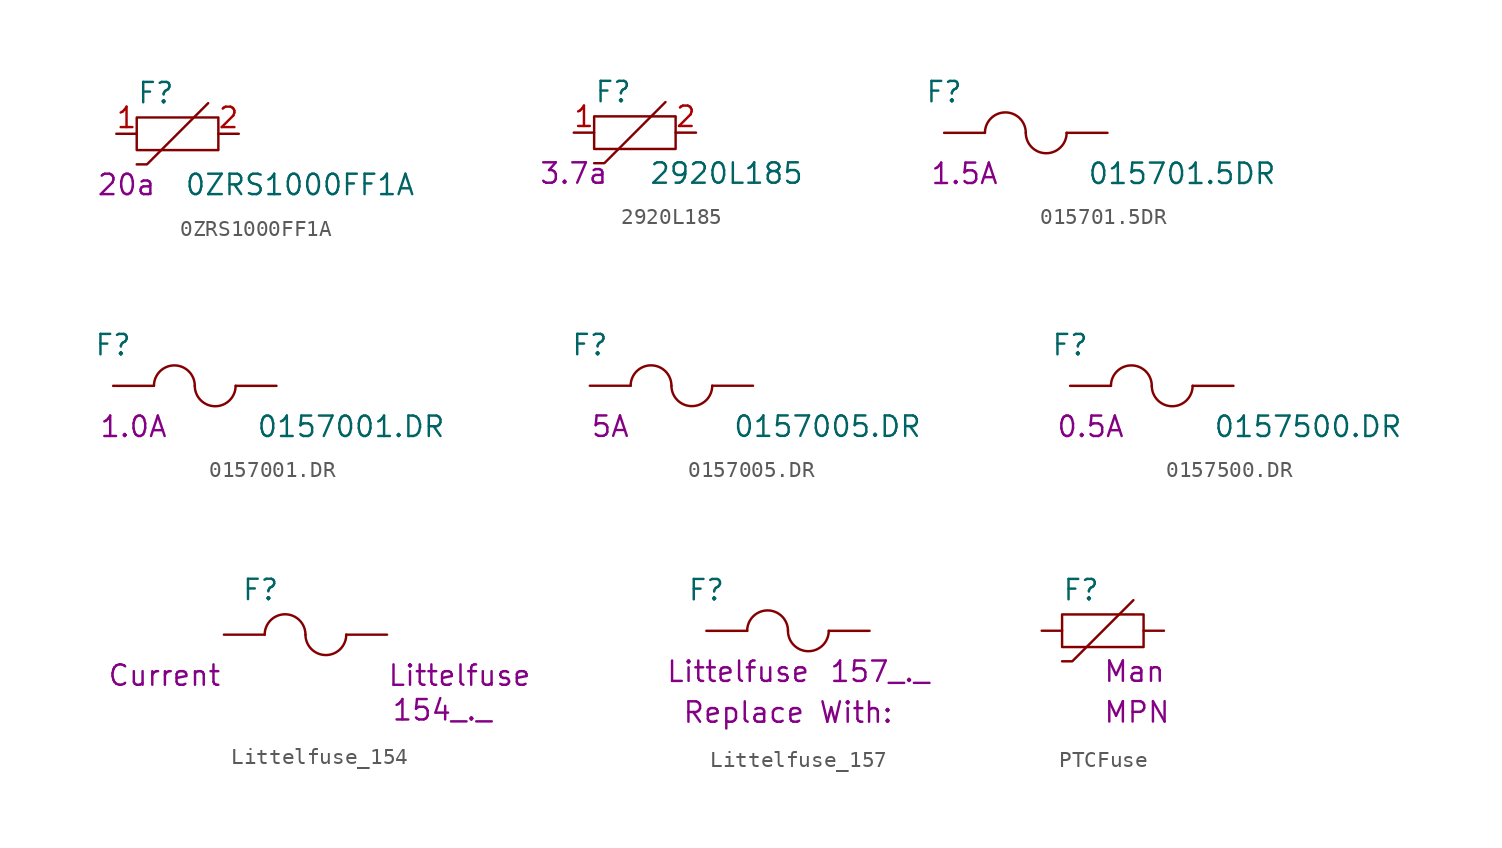
<source format=kicad_sym>
(kicad_symbol_lib
  (version 20211014)
  (generator kicad_symbol_editor)
  (symbol "0ZRS1000FF1A"
    (pin_names
      (offset 1.016))
    (property "Reference" "F"
      (at -2.54 2.54 0)
      (effects (font (size 1.27 1.27)) (justify left)))
    (property "Value" "0ZRS1000FF1A"
      (at 7.62 -3.175 0)
      (effects (font (size 1.27 1.27))))
    (property "Trip Current" "20a"
      (at -3.175 -3.175 0)
      (effects (font (size 1.27 1.27))))
    (symbol "0ZRS1000FF1A_0_1"
      (polyline (pts (xy -2.54 -1.905) (xy -1.905 -1.905) (xy 1.905 1.905)) (stroke (width 0) (type default) (color 0 0 0 0)) (fill (type none))))
    (symbol "0ZRS1000FF1A_1_1"
      (rectangle (start -2.54 1.016) (end 2.54 -1.016) (stroke (width 0) (type default) (color 0 0 0 0)) (fill (type none)))
      (pin passive line (at -3.81 0 0) (length 1.27) (name "~" (effects (font (size 1.27 1.27)))) (number "1" (effects (font (size 1.27 1.27)))))
      (pin passive line (at 3.81 0 180) (length 1.27) (name "~" (effects (font (size 1.27 1.27)))) (number "2" (effects (font (size 1.27 1.27)))))))
  (symbol "2920L185"
    (pin_names
      (offset 1.016))
    (property "Reference" "F"
      (at -2.54 2.54 0)
      (effects (font (size 1.27 1.27)) (justify left)))
    (property "Value" "2920L185"
      (at 5.715 -2.54 0)
      (effects (font (size 1.27 1.27))))
    (property "Trip Current" "3.7a"
      (at -3.81 -2.54 0)
      (effects (font (size 1.27 1.27))))
    (symbol "2920L185_0_1"
      (polyline (pts (xy -2.54 -1.905) (xy -1.905 -1.905) (xy 1.905 1.905)) (stroke (width 0) (type default) (color 0 0 0 0)) (fill (type none))))
    (symbol "2920L185_1_1"
      (rectangle (start -2.54 1.016) (end 2.54 -1.016) (stroke (width 0) (type default) (color 0 0 0 0)) (fill (type none)))
      (pin passive line (at -3.81 0 0) (length 1.27) (name "~" (effects (font (size 1.27 1.27)))) (number "1" (effects (font (size 1.27 1.27)))))
      (pin passive line (at 3.81 0 180) (length 1.27) (name "~" (effects (font (size 1.27 1.27)))) (number "2" (effects (font (size 1.27 1.27)))))))
  (symbol "015701.5DR"
    (pin_numbers hide)
    (pin_names
      (offset 1.016) hide)
    (property "Reference" "F"
      (at -5.08 2.54 0)
      (effects (font (size 1.27 1.27))))
    (property "Value" "015701.5DR"
      (at 3.81 -2.54 0)
      (effects (font (size 1.27 1.27)) (justify left)))
    (property "Current" "1.5A"
      (at -3.81 -2.54 0)
      (effects (font (size 1.27 1.27))))
    (symbol "015701.5DR_0_1"
      (arc (start 0 0) (mid -1.27 1.27) (end -2.54 0) (stroke (width 0) (type default) (color 0 0 0 0)) (fill (type none)))
      (arc (start 0 0) (mid 1.27 -1.27) (end 2.54 0) (stroke (width 0) (type default) (color 0 0 0 0)) (fill (type none))))
    (symbol "015701.5DR_1_1"
      (pin bidirectional line (at -5.08 0 0) (length 2.54) (name "In" (effects (font (size 1.27 1.27)))) (number "1" (effects (font (size 1.27 1.27)))))
      (pin bidirectional line (at 5.08 0 180) (length 2.54) (name "Out" (effects (font (size 1.27 1.27)))) (number "2" (effects (font (size 1.27 1.27)))))))
  (symbol "0157001.DR"
    (pin_numbers hide)
    (pin_names
      (offset 1.016) hide)
    (property "Reference" "F"
      (at -5.08 2.54 0)
      (effects (font (size 1.27 1.27))))
    (property "Value" "0157001.DR"
      (at 3.81 -2.54 0)
      (effects (font (size 1.27 1.27)) (justify left)))
    (property "Current" "1.0A"
      (at -3.81 -2.54 0)
      (effects (font (size 1.27 1.27))))
    (symbol "0157001.DR_0_1"
      (arc (start 0 0) (mid -1.27 1.27) (end -2.54 0) (stroke (width 0) (type default) (color 0 0 0 0)) (fill (type none)))
      (arc (start 0 0) (mid 1.27 -1.27) (end 2.54 0) (stroke (width 0) (type default) (color 0 0 0 0)) (fill (type none))))
    (symbol "0157001.DR_1_1"
      (pin bidirectional line (at -5.08 0 0) (length 2.54) (name "In" (effects (font (size 1.27 1.27)))) (number "1" (effects (font (size 1.27 1.27)))))
      (pin bidirectional line (at 5.08 0 180) (length 2.54) (name "Out" (effects (font (size 1.27 1.27)))) (number "2" (effects (font (size 1.27 1.27)))))))
  (symbol "0157005.DR"
    (pin_numbers hide)
    (pin_names
      (offset 1.016) hide)
    (property "Reference" "F"
      (at -5.08 2.54 0)
      (effects (font (size 1.27 1.27))))
    (property "Value" "0157005.DR"
      (at 3.81 -2.54 0)
      (effects (font (size 1.27 1.27)) (justify left)))
    (property "Current" "5A"
      (at -3.81 -2.54 0)
      (effects (font (size 1.27 1.27))))
    (symbol "0157005.DR_0_1"
      (arc (start 0 0) (mid -1.27 1.27) (end -2.54 0) (stroke (width 0) (type default) (color 0 0 0 0)) (fill (type none)))
      (arc (start 0 0) (mid 1.27 -1.27) (end 2.54 0) (stroke (width 0) (type default) (color 0 0 0 0)) (fill (type none))))
    (symbol "0157005.DR_1_1"
      (pin bidirectional line (at -5.08 0 0) (length 2.54) (name "In" (effects (font (size 1.27 1.27)))) (number "1" (effects (font (size 1.27 1.27)))))
      (pin bidirectional line (at 5.08 0 180) (length 2.54) (name "Out" (effects (font (size 1.27 1.27)))) (number "2" (effects (font (size 1.27 1.27)))))))
  (symbol "0157500.DR"
    (pin_numbers hide)
    (pin_names
      (offset 1.016) hide)
    (property "Reference" "F"
      (at -5.08 2.54 0)
      (effects (font (size 1.27 1.27))))
    (property "Value" "0157500.DR"
      (at 3.81 -2.54 0)
      (effects (font (size 1.27 1.27)) (justify left)))
    (property "Current" "0.5A"
      (at -3.81 -2.54 0)
      (effects (font (size 1.27 1.27))))
    (symbol "0157500.DR_0_1"
      (arc (start 0 0) (mid -1.27 1.27) (end -2.54 0) (stroke (width 0) (type default) (color 0 0 0 0)) (fill (type none)))
      (arc (start 0 0) (mid 1.27 -1.27) (end 2.54 0) (stroke (width 0) (type default) (color 0 0 0 0)) (fill (type none))))
    (symbol "0157500.DR_1_1"
      (pin bidirectional line (at -5.08 0 0) (length 2.54) (name "In" (effects (font (size 1.27 1.27)))) (number "1" (effects (font (size 1.27 1.27)))))
      (pin bidirectional line (at 5.08 0 180) (length 2.54) (name "Out" (effects (font (size 1.27 1.27)))) (number "2" (effects (font (size 1.27 1.27)))))))
  (symbol "Littelfuse_154"
    (pin_numbers hide)
    (pin_names hide)
    (property "Reference" "F"
      (at -2.794 2.794 0)
      (effects (font (size 1.27 1.27))))
    (property "Current" "Current"
      (at -5.207 -2.54 0)
      (effects (font (size 1.27 1.27)) (justify right)))
    (property "Manufacturer" "Littelfuse"
      (at 5.08 -2.54 0)
      (effects (font (size 1.27 1.27)) (justify left)))
    (property "MPN" "154_._"
      (at 5.334 -4.699 0)
      (effects (font (size 1.27 1.27)) (justify left)))
    (symbol "Littelfuse_154_0_1"
      (arc (start 0 0) (mid -1.27 1.27) (end -2.54 0) (stroke (width 0) (type default) (color 0 0 0 0)) (fill (type none)))
      (arc (start 0 0) (mid 1.27 -1.27) (end 2.54 0) (stroke (width 0) (type default) (color 0 0 0 0)) (fill (type none))))
    (symbol "Littelfuse_154_1_1"
      (pin bidirectional line (at -5.08 0 0) (length 2.54) (name "In" (effects (font (size 1.27 1.27)))) (number "1" (effects (font (size 1.27 1.27)))))
      (pin bidirectional line (at 5.08 0 180) (length 2.54) (name "Out" (effects (font (size 1.27 1.27)))) (number "2" (effects (font (size 1.27 1.27)))))))
  (symbol "Littelfuse_157"
    (pin_numbers hide)
    (pin_names
      (offset 1.016) hide)
    (property "Reference" "F"
      (at -5.08 2.54 0)
      (effects (font (size 1.27 1.27))))
    (property "Manufacturer" "Littelfuse"
      (at -7.62 -2.54 0)
      (effects (font (size 1.27 1.27)) (justify left)))
    (property "MPN" "157_._"
      (at 2.54 -2.54 0)
      (effects (font (size 1.27 1.27)) (justify left)))
    (property "Replcaement" "Replace With:"
      (at 0 -5.08 0)
      (effects (font (size 1.27 1.27))))
    (symbol "Littelfuse_157_0_1"
      (arc (start 0 0) (mid -1.27 1.27) (end -2.54 0) (stroke (width 0) (type default) (color 0 0 0 0)) (fill (type none)))
      (arc (start 0 0) (mid 1.27 -1.27) (end 2.54 0) (stroke (width 0) (type default) (color 0 0 0 0)) (fill (type none))))
    (symbol "Littelfuse_157_1_1"
      (pin bidirectional line (at -5.08 0 0) (length 2.54) (name "In" (effects (font (size 1.27 1.27)))) (number "1" (effects (font (size 1.27 1.27)))))
      (pin bidirectional line (at 5.08 0 180) (length 2.54) (name "Out" (effects (font (size 1.27 1.27)))) (number "2" (effects (font (size 1.27 1.27)))))))
  (symbol "PTCFuse"
    (pin_numbers hide)
    (pin_names
      (offset 1.016))
    (property "Reference" "F"
      (at -2.54 2.54 0)
      (effects (font (size 1.27 1.27)) (justify left)))
    (property "Manufacturer" "Man"
      (at 0 -2.54 0)
      (effects (font (size 1.27 1.27)) (justify left)))
    (property "MPN" "MPN"
      (at 0 -5.08 0)
      (effects (font (size 1.27 1.27)) (justify left)))
    (symbol "PTCFuse_0_1"
      (polyline (pts (xy -2.54 -1.905) (xy -1.905 -1.905) (xy 1.905 1.905)) (stroke (width 0) (type default) (color 0 0 0 0)) (fill (type none))))
    (symbol "PTCFuse_1_1"
      (rectangle (start -2.54 1.016) (end 2.54 -1.016) (stroke (width 0) (type default) (color 0 0 0 0)) (fill (type none)))
      (pin passive line (at -3.81 0 0) (length 1.27) (name "~" (effects (font (size 1.27 1.27)))) (number "1" (effects (font (size 1.27 1.27)))))
      (pin passive line (at 3.81 0 180) (length 1.27) (name "~" (effects (font (size 1.27 1.27)))) (number "2" (effects (font (size 1.27 1.27))))))))
</source>
